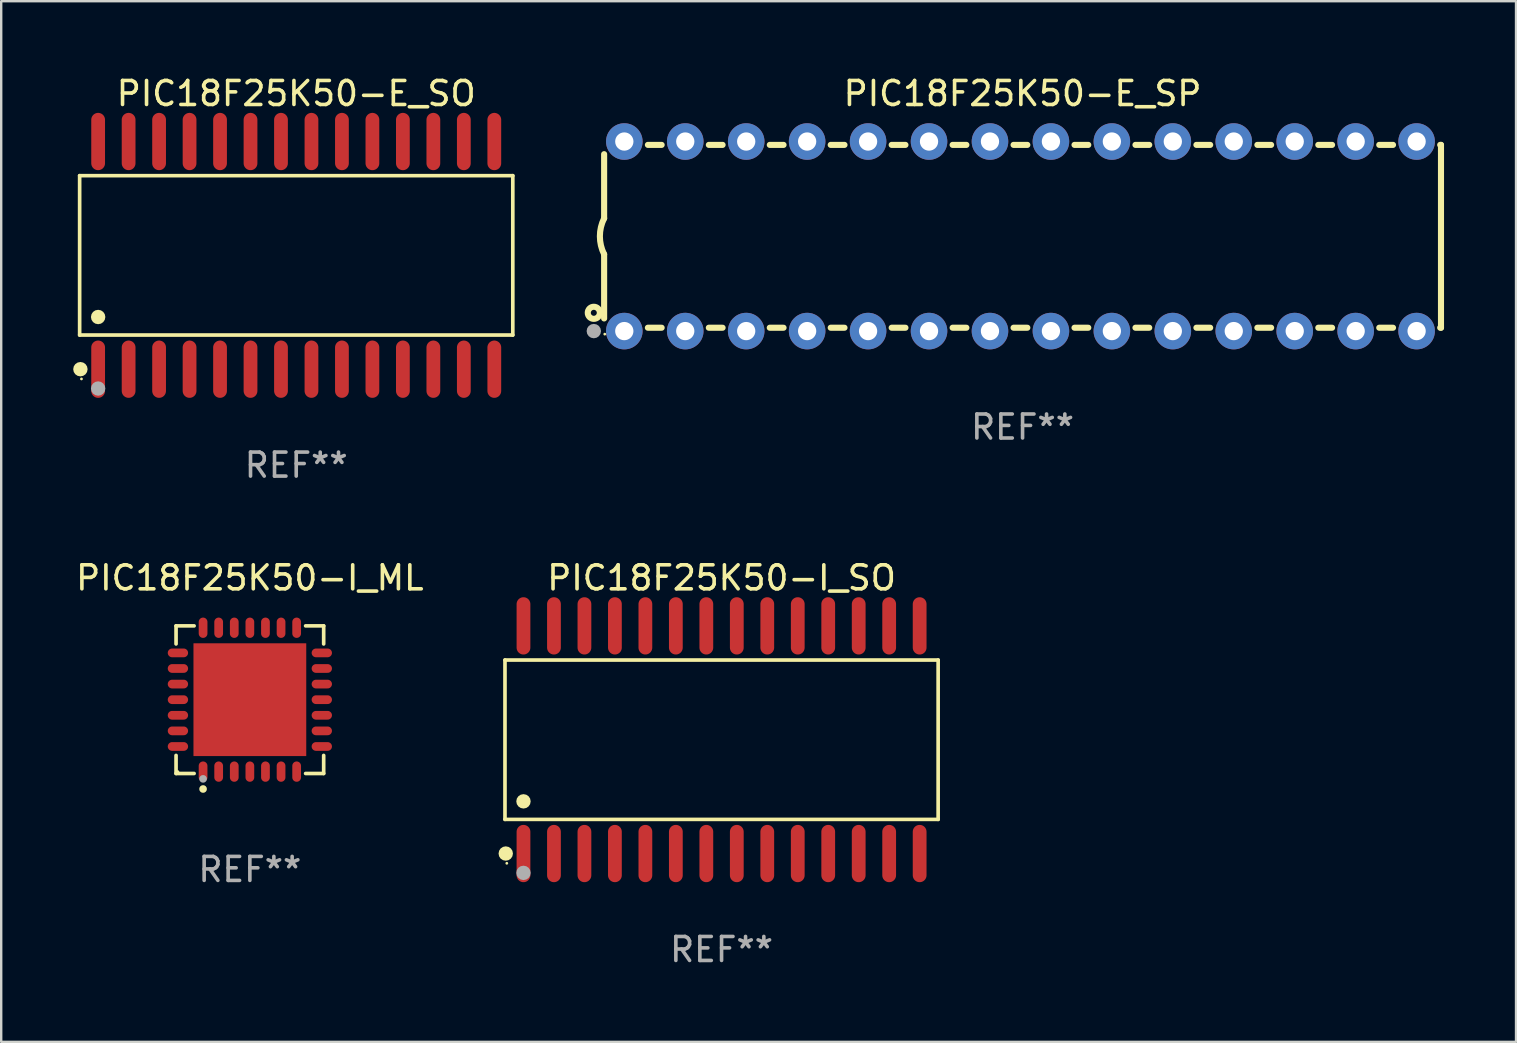
<source format=kicad_pcb>
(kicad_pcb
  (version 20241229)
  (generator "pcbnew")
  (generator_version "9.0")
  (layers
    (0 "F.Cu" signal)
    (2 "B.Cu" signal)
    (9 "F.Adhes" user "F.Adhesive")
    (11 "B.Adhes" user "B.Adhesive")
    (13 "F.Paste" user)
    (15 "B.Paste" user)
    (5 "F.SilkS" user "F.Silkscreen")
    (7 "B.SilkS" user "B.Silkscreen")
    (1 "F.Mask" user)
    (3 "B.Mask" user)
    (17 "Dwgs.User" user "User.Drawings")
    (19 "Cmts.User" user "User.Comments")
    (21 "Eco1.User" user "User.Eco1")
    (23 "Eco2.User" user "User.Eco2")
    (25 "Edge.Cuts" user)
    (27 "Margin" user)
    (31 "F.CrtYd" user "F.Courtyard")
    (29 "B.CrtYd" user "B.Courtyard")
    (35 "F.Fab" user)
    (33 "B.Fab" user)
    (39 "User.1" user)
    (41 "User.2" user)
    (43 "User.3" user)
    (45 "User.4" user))
  (footprint "PIC18F25K50-E_SP"
    (layer "F.Cu")
    (at 39.565 6.798)
    (property "Reference" "PIC18F25K50-E_SP" (at 0 -5.95 0) (layer "F.SilkS") (effects (font (size 1 1) (thickness 0.15))))
    (attr through_hole)
    (fp_line (start -17.438 0.75) (end -17.438 3.423) (stroke (width 0.254) (type solid)) (layer "F.SilkS"))
    (fp_line (start -17.438 -3.423) (end -17.438 -0.75) (stroke (width 0.254) (type solid)) (layer "F.SilkS"))
    (fp_line (start -15.615 3.81) (end -15.041 3.81) (stroke (width 0.254) (type solid)) (layer "F.SilkS"))
    (fp_line (start -15.041 -3.81) (end -15.614 -3.81) (stroke (width 0.254) (type solid)) (layer "F.SilkS"))
    (fp_line (start -13.075 3.81) (end -12.501 3.81) (stroke (width 0.254) (type solid)) (layer "F.SilkS"))
    (fp_line (start -12.501 -3.81) (end -13.074 -3.81) (stroke (width 0.254) (type solid)) (layer "F.SilkS"))
    (fp_line (start -10.535 3.81) (end -9.961 3.81) (stroke (width 0.254) (type solid)) (layer "F.SilkS"))
    (fp_line (start -9.961 -3.81) (end -10.534 -3.81) (stroke (width 0.254) (type solid)) (layer "F.SilkS"))
    (fp_line (start -7.995 3.81) (end -7.421 3.81) (stroke (width 0.254) (type solid)) (layer "F.SilkS"))
    (fp_line (start -7.421 -3.81) (end -7.995 -3.81) (stroke (width 0.254) (type solid)) (layer "F.SilkS"))
    (fp_line (start -5.455 3.81) (end -4.881 3.81) (stroke (width 0.254) (type solid)) (layer "F.SilkS"))
    (fp_line (start -4.881 -3.81) (end -5.455 -3.81) (stroke (width 0.254) (type solid)) (layer "F.SilkS"))
    (fp_line (start -2.915 3.81) (end -2.341 3.81) (stroke (width 0.254) (type solid)) (layer "F.SilkS"))
    (fp_line (start -2.341 -3.81) (end -2.915 -3.81) (stroke (width 0.254) (type solid)) (layer "F.SilkS"))
    (fp_line (start -0.375 3.81) (end 0.199 3.81) (stroke (width 0.254) (type solid)) (layer "F.SilkS"))
    (fp_line (start 0.199 -3.81) (end -0.375 -3.81) (stroke (width 0.254) (type solid)) (layer "F.SilkS"))
    (fp_line (start 2.165 3.81) (end 2.739 3.81) (stroke (width 0.254) (type solid)) (layer "F.SilkS"))
    (fp_line (start 2.739 -3.81) (end 2.165 -3.81) (stroke (width 0.254) (type solid)) (layer "F.SilkS"))
    (fp_line (start 4.705 3.81) (end 5.279 3.81) (stroke (width 0.254) (type solid)) (layer "F.SilkS"))
    (fp_line (start 5.279 -3.81) (end 4.705 -3.81) (stroke (width 0.254) (type solid)) (layer "F.SilkS"))
    (fp_line (start 7.245 3.81) (end 7.819 3.81) (stroke (width 0.254) (type solid)) (layer "F.SilkS"))
    (fp_line (start 7.819 -3.81) (end 7.245 -3.81) (stroke (width 0.254) (type solid)) (layer "F.SilkS"))
    (fp_line (start 9.785 3.81) (end 10.359 3.81) (stroke (width 0.254) (type solid)) (layer "F.SilkS"))
    (fp_line (start 10.359 -3.81) (end 9.785 -3.81) (stroke (width 0.254) (type solid)) (layer "F.SilkS"))
    (fp_line (start 12.325 3.81) (end 12.899 3.81) (stroke (width 0.254) (type solid)) (layer "F.SilkS"))
    (fp_line (start 12.899 -3.81) (end 12.325 -3.81) (stroke (width 0.254) (type solid)) (layer "F.SilkS"))
    (fp_line (start 14.865 3.81) (end 15.439 3.81) (stroke (width 0.254) (type solid)) (layer "F.SilkS"))
    (fp_line (start 15.439 -3.81) (end 14.865 -3.81) (stroke (width 0.254) (type solid)) (layer "F.SilkS"))
    (fp_line (start 17.405 3.81) (end 17.438 3.81) (stroke (width 0.254) (type solid)) (layer "F.SilkS"))
    (fp_line (start 17.438 -3.81) (end 17.405 -3.81) (stroke (width 0.254) (type solid)) (layer "F.SilkS"))
    (fp_line (start 17.438 -3.556) (end 17.438 -3.81) (stroke (width 0.254) (type solid)) (layer "F.SilkS"))
    (fp_line (start 17.438 3.81) (end 17.438 -3.556) (stroke (width 0.254) (type solid)) (layer "F.SilkS"))
    (fp_arc (start -17.437986 0.749657) (mid -17.614887 -0.000024) (end -17.437783 -0.749657) (stroke (width 0.254001) (type solid)) (layer "F.SilkS"))
    (fp_circle (center -17.868 3.188) (end -17.743 3.188) (stroke (width 0.254) (type solid)) (fill no) (layer "F.SilkS"))
    (fp_circle (center -17.411 4.077) (end -17.381 4.077) (stroke (width 0.06) (type solid)) (fill no) (layer "F.SilkS"))
    (fp_circle (center -17.868 3.95) (end -17.718 3.95) (stroke (width 0.3) (type solid)) (fill no) (layer "F.Fab"))
    (fp_text user "REF**" (at 0 7.95 0) (layer "F.Fab") (effects (font (size 1 1) (thickness 0.15))))
    (pad "1" thru_hole circle (at -16.598 3.95) (size 1.524 1.524) (drill 0.762) (layers "*.Cu" "*.Mask"))
    (pad "2" thru_hole circle (at -14.058 3.95) (size 1.524 1.524) (drill 0.762) (layers "*.Cu" "*.Mask"))
    (pad "3" thru_hole circle (at -11.518 3.95) (size 1.524 1.524) (drill 0.762) (layers "*.Cu" "*.Mask"))
    (pad "4" thru_hole circle (at -8.978 3.95) (size 1.524 1.524) (drill 0.762) (layers "*.Cu" "*.Mask"))
    (pad "5" thru_hole circle (at -6.438 3.95) (size 1.524 1.524) (drill 0.762) (layers "*.Cu" "*.Mask"))
    (pad "6" thru_hole circle (at -3.898 3.95) (size 1.524 1.524) (drill 0.762) (layers "*.Cu" "*.Mask"))
    (pad "7" thru_hole circle (at -1.358 3.95) (size 1.524 1.524) (drill 0.762) (layers "*.Cu" "*.Mask"))
    (pad "8" thru_hole circle (at 1.182 3.95) (size 1.524 1.524) (drill 0.762) (layers "*.Cu" "*.Mask"))
    (pad "9" thru_hole circle (at 3.722 3.95) (size 1.524 1.524) (drill 0.762) (layers "*.Cu" "*.Mask"))
    (pad "10" thru_hole circle (at 6.262 3.95) (size 1.524 1.524) (drill 0.762) (layers "*.Cu" "*.Mask"))
    (pad "11" thru_hole circle (at 8.802 3.95) (size 1.524 1.524) (drill 0.762) (layers "*.Cu" "*.Mask"))
    (pad "12" thru_hole circle (at 11.342 3.95) (size 1.524 1.524) (drill 0.762) (layers "*.Cu" "*.Mask"))
    (pad "13" thru_hole circle (at 13.882 3.95) (size 1.524 1.524) (drill 0.762) (layers "*.Cu" "*.Mask"))
    (pad "14" thru_hole circle (at 16.422 3.95) (size 1.524 1.524) (drill 0.762) (layers "*.Cu" "*.Mask"))
    (pad "15" thru_hole circle (at 16.422 -3.95) (size 1.524 1.524) (drill 0.762) (layers "*.Cu" "*.Mask"))
    (pad "16" thru_hole circle (at 13.882 -3.95) (size 1.524 1.524) (drill 0.762) (layers "*.Cu" "*.Mask"))
    (pad "17" thru_hole circle (at 11.342 -3.95) (size 1.524 1.524) (drill 0.762) (layers "*.Cu" "*.Mask"))
    (pad "18" thru_hole circle (at 8.802 -3.95) (size 1.524 1.524) (drill 0.762) (layers "*.Cu" "*.Mask"))
    (pad "19" thru_hole circle (at 6.262 -3.95) (size 1.524 1.524) (drill 0.762) (layers "*.Cu" "*.Mask"))
    (pad "20" thru_hole circle (at 3.722 -3.95) (size 1.524 1.524) (drill 0.762) (layers "*.Cu" "*.Mask"))
    (pad "21" thru_hole circle (at 1.182 -3.95) (size 1.524 1.524) (drill 0.762) (layers "*.Cu" "*.Mask"))
    (pad "22" thru_hole circle (at -1.358 -3.95) (size 1.524 1.524) (drill 0.762) (layers "*.Cu" "*.Mask"))
    (pad "23" thru_hole circle (at -3.898 -3.95) (size 1.524 1.524) (drill 0.762) (layers "*.Cu" "*.Mask"))
    (pad "24" thru_hole circle (at -6.438 -3.95) (size 1.524 1.524) (drill 0.762) (layers "*.Cu" "*.Mask"))
    (pad "25" thru_hole circle (at -8.978 -3.95) (size 1.524 1.524) (drill 0.762) (layers "*.Cu" "*.Mask"))
    (pad "26" thru_hole circle (at -11.517 -3.95) (size 1.524 1.524) (drill 0.762) (layers "*.Cu" "*.Mask"))
    (pad "27" thru_hole circle (at -14.057 -3.95) (size 1.524 1.524) (drill 0.762) (layers "*.Cu" "*.Mask"))
    (pad "28" thru_hole circle (at -16.597 -3.95) (size 1.524 1.524) (drill 0.762) (layers "*.Cu" "*.Mask")))
  (footprint "PIC18F25K50-E_SO"
    (layer "F.Cu")
    (at 9.295 7.592)
    (property "Reference" "PIC18F25K50-E_SO" (at 0 -6.744 0) (layer "F.SilkS") (effects (font (size 1 1) (thickness 0.15))))
    (attr through_hole)
    (fp_line (start -9.026 -3.321) (end 9.026 -3.321) (stroke (width 0.152) (type solid)) (layer "F.SilkS"))
    (fp_line (start -9.026 3.321) (end -9.026 -3.321) (stroke (width 0.152) (type solid)) (layer "F.SilkS"))
    (fp_line (start 9.026 -3.321) (end 9.026 3.321) (stroke (width 0.152) (type solid)) (layer "F.SilkS"))
    (fp_line (start 9.026 3.321) (end -9.026 3.321) (stroke (width 0.152) (type solid)) (layer "F.SilkS"))
    (fp_circle (center -8.994 4.744) (end -8.844 4.744) (stroke (width 0.3) (type solid)) (fill no) (layer "F.SilkS"))
    (fp_circle (center -8.95 5.15) (end -8.92 5.15) (stroke (width 0.06) (type solid)) (fill no) (layer "F.SilkS"))
    (fp_circle (center -8.255 2.569) (end -8.105 2.569) (stroke (width 0.3) (type solid)) (fill no) (layer "F.SilkS"))
    (fp_circle (center -8.255 5.55) (end -8.105 5.55) (stroke (width 0.3) (type solid)) (fill no) (layer "F.Fab"))
    (fp_text user "REF**" (at 0 8.744 0) (layer "F.Fab") (effects (font (size 1 1) (thickness 0.15))))
    (pad "1" smd oval (at -8.255 4.744) (size 0.574 2.388) (layers "F.Cu" "F.Mask" "F.Paste"))
    (pad "2" smd oval (at -6.985 4.744) (size 0.574 2.388) (layers "F.Cu" "F.Mask" "F.Paste"))
    (pad "3" smd oval (at -5.715 4.744) (size 0.574 2.388) (layers "F.Cu" "F.Mask" "F.Paste"))
    (pad "4" smd oval (at -4.445 4.744) (size 0.574 2.388) (layers "F.Cu" "F.Mask" "F.Paste"))
    (pad "5" smd oval (at -3.175 4.744) (size 0.574 2.388) (layers "F.Cu" "F.Mask" "F.Paste"))
    (pad "6" smd oval (at -1.905 4.744) (size 0.574 2.388) (layers "F.Cu" "F.Mask" "F.Paste"))
    (pad "7" smd oval (at -0.635 4.744) (size 0.574 2.388) (layers "F.Cu" "F.Mask" "F.Paste"))
    (pad "8" smd oval (at 0.635 4.744) (size 0.574 2.388) (layers "F.Cu" "F.Mask" "F.Paste"))
    (pad "9" smd oval (at 1.905 4.744) (size 0.574 2.388) (layers "F.Cu" "F.Mask" "F.Paste"))
    (pad "10" smd oval (at 3.175 4.744) (size 0.574 2.388) (layers "F.Cu" "F.Mask" "F.Paste"))
    (pad "11" smd oval (at 4.445 4.744) (size 0.574 2.388) (layers "F.Cu" "F.Mask" "F.Paste"))
    (pad "12" smd oval (at 5.715 4.744) (size 0.574 2.388) (layers "F.Cu" "F.Mask" "F.Paste"))
    (pad "13" smd oval (at 6.985 4.744) (size 0.574 2.388) (layers "F.Cu" "F.Mask" "F.Paste"))
    (pad "14" smd oval (at 8.255 4.744) (size 0.574 2.388) (layers "F.Cu" "F.Mask" "F.Paste"))
    (pad "15" smd oval (at 8.255 -4.744) (size 0.574 2.388) (layers "F.Cu" "F.Mask" "F.Paste"))
    (pad "16" smd oval (at 6.985 -4.744) (size 0.574 2.388) (layers "F.Cu" "F.Mask" "F.Paste"))
    (pad "17" smd oval (at 5.715 -4.744) (size 0.574 2.388) (layers "F.Cu" "F.Mask" "F.Paste"))
    (pad "18" smd oval (at 4.445 -4.744) (size 0.574 2.388) (layers "F.Cu" "F.Mask" "F.Paste"))
    (pad "19" smd oval (at 3.175 -4.744) (size 0.574 2.388) (layers "F.Cu" "F.Mask" "F.Paste"))
    (pad "20" smd oval (at 1.905 -4.744) (size 0.574 2.388) (layers "F.Cu" "F.Mask" "F.Paste"))
    (pad "21" smd oval (at 0.635 -4.744) (size 0.574 2.388) (layers "F.Cu" "F.Mask" "F.Paste"))
    (pad "22" smd oval (at -0.635 -4.744) (size 0.574 2.388) (layers "F.Cu" "F.Mask" "F.Paste"))
    (pad "23" smd oval (at -1.905 -4.744) (size 0.574 2.388) (layers "F.Cu" "F.Mask" "F.Paste"))
    (pad "24" smd oval (at -3.175 -4.744) (size 0.574 2.388) (layers "F.Cu" "F.Mask" "F.Paste"))
    (pad "25" smd oval (at -4.445 -4.744) (size 0.574 2.388) (layers "F.Cu" "F.Mask" "F.Paste"))
    (pad "26" smd oval (at -5.715 -4.744) (size 0.574 2.388) (layers "F.Cu" "F.Mask" "F.Paste"))
    (pad "27" smd oval (at -6.985 -4.744) (size 0.574 2.388) (layers "F.Cu" "F.Mask" "F.Paste"))
    (pad "28" smd oval (at -8.255 -4.744) (size 0.574 2.388) (layers "F.Cu" "F.Mask" "F.Paste")))
  (footprint "PIC18F25K50-I_SO"
    (layer "F.Cu")
    (at 27.021 27.777)
    (property "Reference" "PIC18F25K50-I_SO" (at 0 -6.744 0) (layer "F.SilkS") (effects (font (size 1 1) (thickness 0.15))))
    (attr through_hole)
    (fp_line (start -9.026 -3.321) (end 9.026 -3.321) (stroke (width 0.152) (type solid)) (layer "F.SilkS"))
    (fp_line (start -9.026 3.321) (end -9.026 -3.321) (stroke (width 0.152) (type solid)) (layer "F.SilkS"))
    (fp_line (start 9.026 -3.321) (end 9.026 3.321) (stroke (width 0.152) (type solid)) (layer "F.SilkS"))
    (fp_line (start 9.026 3.321) (end -9.026 3.321) (stroke (width 0.152) (type solid)) (layer "F.SilkS"))
    (fp_circle (center -8.994 4.744) (end -8.844 4.744) (stroke (width 0.3) (type solid)) (fill no) (layer "F.SilkS"))
    (fp_circle (center -8.95 5.15) (end -8.92 5.15) (stroke (width 0.06) (type solid)) (fill no) (layer "F.SilkS"))
    (fp_circle (center -8.255 2.569) (end -8.105 2.569) (stroke (width 0.3) (type solid)) (fill no) (layer "F.SilkS"))
    (fp_circle (center -8.255 5.55) (end -8.105 5.55) (stroke (width 0.3) (type solid)) (fill no) (layer "F.Fab"))
    (fp_text user "REF**" (at 0 8.744 0) (layer "F.Fab") (effects (font (size 1 1) (thickness 0.15))))
    (pad "1" smd oval (at -8.255 4.744) (size 0.574 2.388) (layers "F.Cu" "F.Mask" "F.Paste"))
    (pad "2" smd oval (at -6.985 4.744) (size 0.574 2.388) (layers "F.Cu" "F.Mask" "F.Paste"))
    (pad "3" smd oval (at -5.715 4.744) (size 0.574 2.388) (layers "F.Cu" "F.Mask" "F.Paste"))
    (pad "4" smd oval (at -4.445 4.744) (size 0.574 2.388) (layers "F.Cu" "F.Mask" "F.Paste"))
    (pad "5" smd oval (at -3.175 4.744) (size 0.574 2.388) (layers "F.Cu" "F.Mask" "F.Paste"))
    (pad "6" smd oval (at -1.905 4.744) (size 0.574 2.388) (layers "F.Cu" "F.Mask" "F.Paste"))
    (pad "7" smd oval (at -0.635 4.744) (size 0.574 2.388) (layers "F.Cu" "F.Mask" "F.Paste"))
    (pad "8" smd oval (at 0.635 4.744) (size 0.574 2.388) (layers "F.Cu" "F.Mask" "F.Paste"))
    (pad "9" smd oval (at 1.905 4.744) (size 0.574 2.388) (layers "F.Cu" "F.Mask" "F.Paste"))
    (pad "10" smd oval (at 3.175 4.744) (size 0.574 2.388) (layers "F.Cu" "F.Mask" "F.Paste"))
    (pad "11" smd oval (at 4.445 4.744) (size 0.574 2.388) (layers "F.Cu" "F.Mask" "F.Paste"))
    (pad "12" smd oval (at 5.715 4.744) (size 0.574 2.388) (layers "F.Cu" "F.Mask" "F.Paste"))
    (pad "13" smd oval (at 6.985 4.744) (size 0.574 2.388) (layers "F.Cu" "F.Mask" "F.Paste"))
    (pad "14" smd oval (at 8.255 4.744) (size 0.574 2.388) (layers "F.Cu" "F.Mask" "F.Paste"))
    (pad "15" smd oval (at 8.255 -4.744) (size 0.574 2.388) (layers "F.Cu" "F.Mask" "F.Paste"))
    (pad "16" smd oval (at 6.985 -4.744) (size 0.574 2.388) (layers "F.Cu" "F.Mask" "F.Paste"))
    (pad "17" smd oval (at 5.715 -4.744) (size 0.574 2.388) (layers "F.Cu" "F.Mask" "F.Paste"))
    (pad "18" smd oval (at 4.445 -4.744) (size 0.574 2.388) (layers "F.Cu" "F.Mask" "F.Paste"))
    (pad "19" smd oval (at 3.175 -4.744) (size 0.574 2.388) (layers "F.Cu" "F.Mask" "F.Paste"))
    (pad "20" smd oval (at 1.905 -4.744) (size 0.574 2.388) (layers "F.Cu" "F.Mask" "F.Paste"))
    (pad "21" smd oval (at 0.635 -4.744) (size 0.574 2.388) (layers "F.Cu" "F.Mask" "F.Paste"))
    (pad "22" smd oval (at -0.635 -4.744) (size 0.574 2.388) (layers "F.Cu" "F.Mask" "F.Paste"))
    (pad "23" smd oval (at -1.905 -4.744) (size 0.574 2.388) (layers "F.Cu" "F.Mask" "F.Paste"))
    (pad "24" smd oval (at -3.175 -4.744) (size 0.574 2.388) (layers "F.Cu" "F.Mask" "F.Paste"))
    (pad "25" smd oval (at -4.445 -4.744) (size 0.574 2.388) (layers "F.Cu" "F.Mask" "F.Paste"))
    (pad "26" smd oval (at -5.715 -4.744) (size 0.574 2.388) (layers "F.Cu" "F.Mask" "F.Paste"))
    (pad "27" smd oval (at -6.985 -4.744) (size 0.574 2.388) (layers "F.Cu" "F.Mask" "F.Paste"))
    (pad "28" smd oval (at -8.255 -4.744) (size 0.574 2.388) (layers "F.Cu" "F.Mask" "F.Paste")))
  (footprint "PIC18F25K50-I_ML"
    (layer "F.Cu")
    (at 7.363 26.109)
    (property "Reference" "PIC18F25K50-I_ML" (at 0 -5.076 0) (layer "F.SilkS") (effects (font (size 1 1) (thickness 0.15))))
    (attr through_hole)
    (fp_line (start -3.076 -3.076) (end -2.323 -3.076) (stroke (width 0.152) (type solid)) (layer "F.SilkS"))
    (fp_line (start -3.076 -2.323) (end -3.076 -3.076) (stroke (width 0.152) (type solid)) (layer "F.SilkS"))
    (fp_line (start -3.076 2.323) (end -3.076 3.076) (stroke (width 0.152) (type solid)) (layer "F.SilkS"))
    (fp_line (start -3.076 3.076) (end -2.323 3.076) (stroke (width 0.152) (type solid)) (layer "F.SilkS"))
    (fp_line (start 3.076 -3.076) (end 2.323 -3.076) (stroke (width 0.152) (type solid)) (layer "F.SilkS"))
    (fp_line (start 3.076 -2.323) (end 3.076 -3.076) (stroke (width 0.152) (type solid)) (layer "F.SilkS"))
    (fp_line (start 3.076 2.323) (end 3.076 3.076) (stroke (width 0.152) (type solid)) (layer "F.SilkS"))
    (fp_line (start 3.076 3.076) (end 2.323 3.076) (stroke (width 0.152) (type solid)) (layer "F.SilkS"))
    (fp_circle (center -3 3) (end -2.97 3) (stroke (width 0.06) (type solid)) (fill no) (layer "F.SilkS"))
    (fp_circle (center -1.95 3.722) (end -1.87 3.722) (stroke (width 0.16) (type solid)) (fill no) (layer "F.SilkS"))
    (fp_circle (center -1.95 3.3) (end -1.87 3.3) (stroke (width 0.16) (type solid)) (fill no) (layer "F.Fab"))
    (fp_text user "REF**" (at 0 7.076 0) (layer "F.Fab") (effects (font (size 1 1) (thickness 0.15))))
    (pad "1" smd oval (at -1.95 2.998) (size 0.364 0.847) (layers "F.Cu" "F.Mask" "F.Paste"))
    (pad "2" smd oval (at -1.3 2.998) (size 0.364 0.847) (layers "F.Cu" "F.Mask" "F.Paste"))
    (pad "3" smd oval (at -0.65 2.998) (size 0.364 0.847) (layers "F.Cu" "F.Mask" "F.Paste"))
    (pad "4" smd oval (at 0 2.998) (size 0.364 0.847) (layers "F.Cu" "F.Mask" "F.Paste"))
    (pad "5" smd oval (at 0.65 2.998) (size 0.364 0.847) (layers "F.Cu" "F.Mask" "F.Paste"))
    (pad "6" smd oval (at 1.3 2.998) (size 0.364 0.847) (layers "F.Cu" "F.Mask" "F.Paste"))
    (pad "7" smd oval (at 1.95 2.998) (size 0.364 0.847) (layers "F.Cu" "F.Mask" "F.Paste"))
    (pad "8" smd oval (at 2.998 1.95) (size 0.847 0.364) (layers "F.Cu" "F.Mask" "F.Paste"))
    (pad "9" smd oval (at 2.998 1.3) (size 0.847 0.364) (layers "F.Cu" "F.Mask" "F.Paste"))
    (pad "10" smd oval (at 2.998 0.65) (size 0.847 0.364) (layers "F.Cu" "F.Mask" "F.Paste"))
    (pad "11" smd oval (at 2.998 0) (size 0.847 0.364) (layers "F.Cu" "F.Mask" "F.Paste"))
    (pad "12" smd oval (at 2.998 -0.65) (size 0.847 0.364) (layers "F.Cu" "F.Mask" "F.Paste"))
    (pad "13" smd oval (at 2.998 -1.3) (size 0.847 0.364) (layers "F.Cu" "F.Mask" "F.Paste"))
    (pad "14" smd oval (at 2.998 -1.95) (size 0.847 0.364) (layers "F.Cu" "F.Mask" "F.Paste"))
    (pad "15" smd oval (at 1.95 -2.998) (size 0.364 0.847) (layers "F.Cu" "F.Mask" "F.Paste"))
    (pad "16" smd oval (at 1.3 -2.998) (size 0.364 0.847) (layers "F.Cu" "F.Mask" "F.Paste"))
    (pad "17" smd oval (at 0.65 -2.998) (size 0.364 0.847) (layers "F.Cu" "F.Mask" "F.Paste"))
    (pad "18" smd oval (at 0 -2.998) (size 0.364 0.847) (layers "F.Cu" "F.Mask" "F.Paste"))
    (pad "19" smd oval (at -0.65 -2.998) (size 0.364 0.847) (layers "F.Cu" "F.Mask" "F.Paste"))
    (pad "20" smd oval (at -1.3 -2.998) (size 0.364 0.847) (layers "F.Cu" "F.Mask" "F.Paste"))
    (pad "21" smd oval (at -1.95 -2.998) (size 0.364 0.847) (layers "F.Cu" "F.Mask" "F.Paste"))
    (pad "22" smd oval (at -2.998 -1.95) (size 0.847 0.364) (layers "F.Cu" "F.Mask" "F.Paste"))
    (pad "23" smd oval (at -2.998 -1.3) (size 0.847 0.364) (layers "F.Cu" "F.Mask" "F.Paste"))
    (pad "24" smd oval (at -2.998 -0.65) (size 0.847 0.364) (layers "F.Cu" "F.Mask" "F.Paste"))
    (pad "25" smd oval (at -2.998 0) (size 0.847 0.364) (layers "F.Cu" "F.Mask" "F.Paste"))
    (pad "26" smd oval (at -2.998 0.65) (size 0.847 0.364) (layers "F.Cu" "F.Mask" "F.Paste"))
    (pad "27" smd oval (at -2.998 1.3) (size 0.847 0.364) (layers "F.Cu" "F.Mask" "F.Paste"))
    (pad "28" smd oval (at -2.998 1.95) (size 0.847 0.364) (layers "F.Cu" "F.Mask" "F.Paste"))
    (pad "29" smd rect (at 0 0) (size 4.7 4.7) (layers "F.Cu" "F.Mask" "F.Paste")))
  (gr_rect
    (start -3 -3)
    (end 60.13 40.369)
    (stroke (width 0.1) (type default))
    (fill no)
    (layer "Edge.Cuts")))
</source>
